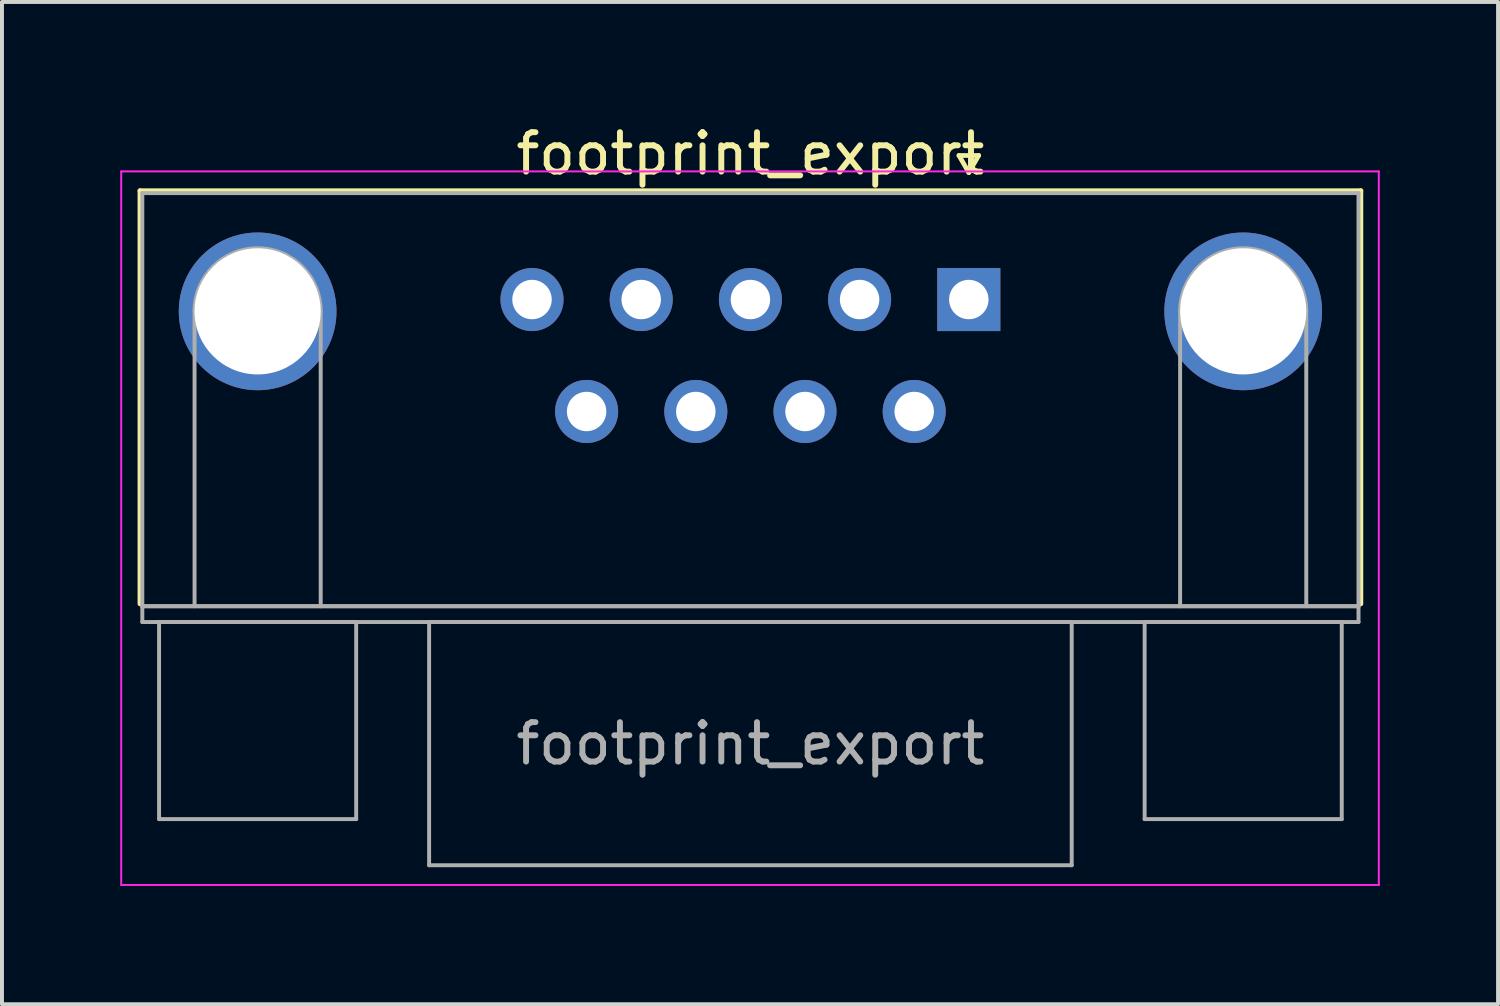
<source format=kicad_pcb>
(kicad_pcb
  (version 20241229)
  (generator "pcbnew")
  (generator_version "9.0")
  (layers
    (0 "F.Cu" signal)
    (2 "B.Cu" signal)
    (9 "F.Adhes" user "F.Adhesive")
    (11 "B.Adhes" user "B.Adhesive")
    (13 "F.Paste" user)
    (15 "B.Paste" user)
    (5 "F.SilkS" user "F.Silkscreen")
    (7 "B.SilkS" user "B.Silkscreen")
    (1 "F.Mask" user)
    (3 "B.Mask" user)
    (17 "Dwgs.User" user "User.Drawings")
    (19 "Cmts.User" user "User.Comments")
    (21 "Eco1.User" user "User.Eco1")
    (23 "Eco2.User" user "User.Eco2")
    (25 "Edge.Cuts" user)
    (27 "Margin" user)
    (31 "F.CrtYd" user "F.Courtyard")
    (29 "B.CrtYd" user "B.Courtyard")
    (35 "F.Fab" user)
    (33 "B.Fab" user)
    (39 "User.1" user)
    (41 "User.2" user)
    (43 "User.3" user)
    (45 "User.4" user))
  (footprint "footprint_export"
    (layer "F.Cu")
    (at 21.525 4.548)
    (property "Reference" "footprint_export" (at -5.54 -3.7 0) (layer "F.SilkS") (effects (font (size 1 1) (thickness 0.15))))
    (attr through_hole)
    (fp_line (start -21.025 -2.76) (end 9.945 -2.76) (stroke (width 0.12) (type solid)) (layer "F.SilkS"))
    (fp_line (start -21.025 7.72) (end -21.025 -2.76) (stroke (width 0.12) (type solid)) (layer "F.SilkS"))
    (fp_line (start -0.25 -3.654) (end 0.25 -3.654) (stroke (width 0.12) (type solid)) (layer "F.SilkS"))
    (fp_line (start 0 -3.221) (end -0.25 -3.654) (stroke (width 0.12) (type solid)) (layer "F.SilkS"))
    (fp_line (start 0.25 -3.654) (end 0 -3.221) (stroke (width 0.12) (type solid)) (layer "F.SilkS"))
    (fp_line (start 9.945 -2.76) (end 9.945 7.72) (stroke (width 0.12) (type solid)) (layer "F.SilkS"))
    (fp_line (start -21.5 -3.25) (end -21.5 14.85) (stroke (width 0.05) (type solid)) (layer "F.CrtYd"))
    (fp_line (start -21.5 14.85) (end 10.4 14.85) (stroke (width 0.05) (type solid)) (layer "F.CrtYd"))
    (fp_line (start 10.4 -3.25) (end -21.5 -3.25) (stroke (width 0.05) (type solid)) (layer "F.CrtYd"))
    (fp_line (start 10.4 14.85) (end 10.4 -3.25) (stroke (width 0.05) (type solid)) (layer "F.CrtYd"))
    (fp_line (start -20.965 -2.7) (end -20.965 7.78) (stroke (width 0.1) (type solid)) (layer "F.Fab"))
    (fp_line (start -20.965 7.78) (end -20.965 8.18) (stroke (width 0.1) (type solid)) (layer "F.Fab"))
    (fp_line (start -20.965 7.78) (end 9.885 7.78) (stroke (width 0.1) (type solid)) (layer "F.Fab"))
    (fp_line (start -20.965 8.18) (end 9.885 8.18) (stroke (width 0.1) (type solid)) (layer "F.Fab"))
    (fp_line (start -20.54 8.18) (end -20.54 13.18) (stroke (width 0.1) (type solid)) (layer "F.Fab"))
    (fp_line (start -20.54 13.18) (end -15.54 13.18) (stroke (width 0.1) (type solid)) (layer "F.Fab"))
    (fp_line (start -19.64 7.78) (end -19.64 0.3) (stroke (width 0.1) (type solid)) (layer "F.Fab"))
    (fp_line (start -16.44 7.78) (end -16.44 0.3) (stroke (width 0.1) (type solid)) (layer "F.Fab"))
    (fp_line (start -15.54 8.18) (end -20.54 8.18) (stroke (width 0.1) (type solid)) (layer "F.Fab"))
    (fp_line (start -15.54 13.18) (end -15.54 8.18) (stroke (width 0.1) (type solid)) (layer "F.Fab"))
    (fp_line (start -13.69 8.18) (end -13.69 14.35) (stroke (width 0.1) (type solid)) (layer "F.Fab"))
    (fp_line (start -13.69 14.35) (end 2.61 14.35) (stroke (width 0.1) (type solid)) (layer "F.Fab"))
    (fp_line (start 2.61 8.18) (end -13.69 8.18) (stroke (width 0.1) (type solid)) (layer "F.Fab"))
    (fp_line (start 2.61 14.35) (end 2.61 8.18) (stroke (width 0.1) (type solid)) (layer "F.Fab"))
    (fp_line (start 4.46 8.18) (end 4.46 13.18) (stroke (width 0.1) (type solid)) (layer "F.Fab"))
    (fp_line (start 4.46 13.18) (end 9.46 13.18) (stroke (width 0.1) (type solid)) (layer "F.Fab"))
    (fp_line (start 5.36 7.78) (end 5.36 0.3) (stroke (width 0.1) (type solid)) (layer "F.Fab"))
    (fp_line (start 8.56 7.78) (end 8.56 0.3) (stroke (width 0.1) (type solid)) (layer "F.Fab"))
    (fp_line (start 9.46 8.18) (end 4.46 8.18) (stroke (width 0.1) (type solid)) (layer "F.Fab"))
    (fp_line (start 9.46 13.18) (end 9.46 8.18) (stroke (width 0.1) (type solid)) (layer "F.Fab"))
    (fp_line (start 9.885 -2.7) (end -20.965 -2.7) (stroke (width 0.1) (type solid)) (layer "F.Fab"))
    (fp_line (start 9.885 7.78) (end -20.965 7.78) (stroke (width 0.1) (type solid)) (layer "F.Fab"))
    (fp_line (start 9.885 7.78) (end 9.885 -2.7) (stroke (width 0.1) (type solid)) (layer "F.Fab"))
    (fp_line (start 9.885 8.18) (end 9.885 7.78) (stroke (width 0.1) (type solid)) (layer "F.Fab"))
    (fp_arc (start -19.64 0.3) (mid -18.04 -1.3) (end -16.44 0.3) (stroke (width 0.1) (type solid)) (layer "F.Fab"))
    (fp_arc (start 5.36 0.3) (mid 6.96 -1.3) (end 8.56 0.3) (stroke (width 0.1) (type solid)) (layer "F.Fab"))
    (fp_text user "${REFERENCE}" (at -5.54 11.265 0) (layer "F.Fab") (effects (font (size 1 1) (thickness 0.15))))
    (pad "0" thru_hole circle (at -18.04 0.3) (size 4 4) (drill 3.2) (layers "*.Cu" "*.Mask"))
    (pad "0" thru_hole circle (at 6.96 0.3) (size 4 4) (drill 3.2) (layers "*.Cu" "*.Mask"))
    (pad "1" thru_hole rect (at 0 0) (size 1.6 1.6) (drill 1) (layers "*.Cu" "*.Mask"))
    (pad "2" thru_hole circle (at -2.77 0) (size 1.6 1.6) (drill 1) (layers "*.Cu" "*.Mask"))
    (pad "3" thru_hole circle (at -5.54 0) (size 1.6 1.6) (drill 1) (layers "*.Cu" "*.Mask"))
    (pad "4" thru_hole circle (at -8.31 0) (size 1.6 1.6) (drill 1) (layers "*.Cu" "*.Mask"))
    (pad "5" thru_hole circle (at -11.08 0) (size 1.6 1.6) (drill 1) (layers "*.Cu" "*.Mask"))
    (pad "6" thru_hole circle (at -1.385 2.84) (size 1.6 1.6) (drill 1) (layers "*.Cu" "*.Mask"))
    (pad "7" thru_hole circle (at -4.155 2.84) (size 1.6 1.6) (drill 1) (layers "*.Cu" "*.Mask"))
    (pad "8" thru_hole circle (at -6.925 2.84) (size 1.6 1.6) (drill 1) (layers "*.Cu" "*.Mask"))
    (pad "9" thru_hole circle (at -9.695 2.84) (size 1.6 1.6) (drill 1) (layers "*.Cu" "*.Mask")))
  (gr_rect
    (start -3 -3)
    (end 34.95 22.423)
    (stroke (width 0.1) (type default))
    (fill no)
    (layer "Edge.Cuts")))
</source>
